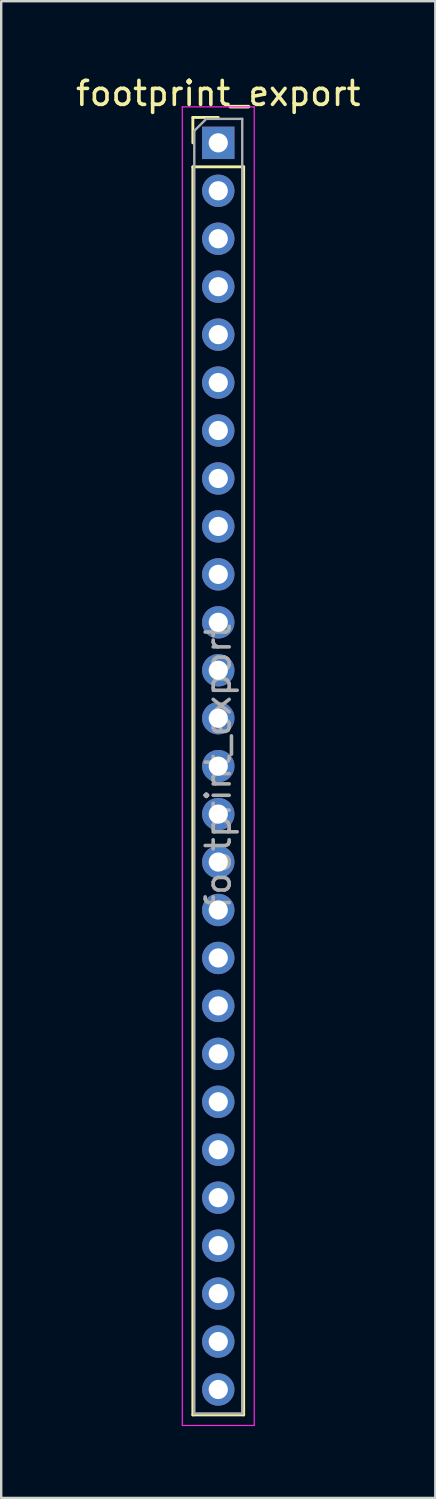
<source format=kicad_pcb>
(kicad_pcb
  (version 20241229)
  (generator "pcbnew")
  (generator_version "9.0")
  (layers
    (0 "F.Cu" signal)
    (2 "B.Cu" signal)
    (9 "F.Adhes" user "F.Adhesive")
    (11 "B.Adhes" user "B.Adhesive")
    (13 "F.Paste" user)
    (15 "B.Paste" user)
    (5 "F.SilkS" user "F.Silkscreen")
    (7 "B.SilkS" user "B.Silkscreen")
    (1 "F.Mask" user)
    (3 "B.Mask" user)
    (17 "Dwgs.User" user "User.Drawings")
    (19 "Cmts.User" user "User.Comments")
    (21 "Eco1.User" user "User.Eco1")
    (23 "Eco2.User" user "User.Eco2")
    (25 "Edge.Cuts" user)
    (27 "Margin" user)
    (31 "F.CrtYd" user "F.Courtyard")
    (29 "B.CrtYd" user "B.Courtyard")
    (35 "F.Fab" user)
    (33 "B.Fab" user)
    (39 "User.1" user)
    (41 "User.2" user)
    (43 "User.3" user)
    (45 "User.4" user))
  (footprint "footprint_export"
    (layer "F.Cu")
    (at 6.054 2.908)
    (property "Reference" "footprint_export" (at 0 -2.06 0) (layer "F.SilkS") (effects (font (size 1 1) (thickness 0.15))))
    (attr through_hole)
    (fp_line (start -1.06 -1.06) (end 0 -1.06) (stroke (width 0.12) (type solid)) (layer "F.SilkS"))
    (fp_line (start -1.06 0) (end -1.06 -1.06) (stroke (width 0.12) (type solid)) (layer "F.SilkS"))
    (fp_line (start -1.06 1) (end -1.06 53.06) (stroke (width 0.12) (type solid)) (layer "F.SilkS"))
    (fp_line (start -1.06 1) (end 1.06 1) (stroke (width 0.12) (type solid)) (layer "F.SilkS"))
    (fp_line (start -1.06 53.06) (end 1.06 53.06) (stroke (width 0.12) (type solid)) (layer "F.SilkS"))
    (fp_line (start 1.06 1) (end 1.06 53.06) (stroke (width 0.12) (type solid)) (layer "F.SilkS"))
    (fp_line (start -1.5 -1.5) (end -1.5 53.5) (stroke (width 0.05) (type solid)) (layer "F.CrtYd"))
    (fp_line (start -1.5 53.5) (end 1.5 53.5) (stroke (width 0.05) (type solid)) (layer "F.CrtYd"))
    (fp_line (start 1.5 -1.5) (end -1.5 -1.5) (stroke (width 0.05) (type solid)) (layer "F.CrtYd"))
    (fp_line (start 1.5 53.5) (end 1.5 -1.5) (stroke (width 0.05) (type solid)) (layer "F.CrtYd"))
    (fp_line (start -1 -0.5) (end -0.5 -1) (stroke (width 0.1) (type solid)) (layer "F.Fab"))
    (fp_line (start -1 53) (end -1 -0.5) (stroke (width 0.1) (type solid)) (layer "F.Fab"))
    (fp_line (start -0.5 -1) (end 1 -1) (stroke (width 0.1) (type solid)) (layer "F.Fab"))
    (fp_line (start 1 -1) (end 1 53) (stroke (width 0.1) (type solid)) (layer "F.Fab"))
    (fp_line (start 1 53) (end -1 53) (stroke (width 0.1) (type solid)) (layer "F.Fab"))
    (fp_text user "${REFERENCE}" (at 0 26 90) (layer "F.Fab") (effects (font (size 1 1) (thickness 0.15))))
    (pad "1" thru_hole rect (at 0 0) (size 1.35 1.35) (drill 0.8) (layers "*.Cu" "*.Mask"))
    (pad "2" thru_hole oval (at 0 2) (size 1.35 1.35) (drill 0.8) (layers "*.Cu" "*.Mask"))
    (pad "3" thru_hole oval (at 0 4) (size 1.35 1.35) (drill 0.8) (layers "*.Cu" "*.Mask"))
    (pad "4" thru_hole oval (at 0 6) (size 1.35 1.35) (drill 0.8) (layers "*.Cu" "*.Mask"))
    (pad "5" thru_hole oval (at 0 8) (size 1.35 1.35) (drill 0.8) (layers "*.Cu" "*.Mask"))
    (pad "6" thru_hole oval (at 0 10) (size 1.35 1.35) (drill 0.8) (layers "*.Cu" "*.Mask"))
    (pad "7" thru_hole oval (at 0 12) (size 1.35 1.35) (drill 0.8) (layers "*.Cu" "*.Mask"))
    (pad "8" thru_hole oval (at 0 14) (size 1.35 1.35) (drill 0.8) (layers "*.Cu" "*.Mask"))
    (pad "9" thru_hole oval (at 0 16) (size 1.35 1.35) (drill 0.8) (layers "*.Cu" "*.Mask"))
    (pad "10" thru_hole oval (at 0 18) (size 1.35 1.35) (drill 0.8) (layers "*.Cu" "*.Mask"))
    (pad "11" thru_hole oval (at 0 20) (size 1.35 1.35) (drill 0.8) (layers "*.Cu" "*.Mask"))
    (pad "12" thru_hole oval (at 0 22) (size 1.35 1.35) (drill 0.8) (layers "*.Cu" "*.Mask"))
    (pad "13" thru_hole oval (at 0 24) (size 1.35 1.35) (drill 0.8) (layers "*.Cu" "*.Mask"))
    (pad "14" thru_hole oval (at 0 26) (size 1.35 1.35) (drill 0.8) (layers "*.Cu" "*.Mask"))
    (pad "15" thru_hole oval (at 0 28) (size 1.35 1.35) (drill 0.8) (layers "*.Cu" "*.Mask"))
    (pad "16" thru_hole oval (at 0 30) (size 1.35 1.35) (drill 0.8) (layers "*.Cu" "*.Mask"))
    (pad "17" thru_hole oval (at 0 32) (size 1.35 1.35) (drill 0.8) (layers "*.Cu" "*.Mask"))
    (pad "18" thru_hole oval (at 0 34) (size 1.35 1.35) (drill 0.8) (layers "*.Cu" "*.Mask"))
    (pad "19" thru_hole oval (at 0 36) (size 1.35 1.35) (drill 0.8) (layers "*.Cu" "*.Mask"))
    (pad "20" thru_hole oval (at 0 38) (size 1.35 1.35) (drill 0.8) (layers "*.Cu" "*.Mask"))
    (pad "21" thru_hole oval (at 0 40) (size 1.35 1.35) (drill 0.8) (layers "*.Cu" "*.Mask"))
    (pad "22" thru_hole oval (at 0 42) (size 1.35 1.35) (drill 0.8) (layers "*.Cu" "*.Mask"))
    (pad "23" thru_hole oval (at 0 44) (size 1.35 1.35) (drill 0.8) (layers "*.Cu" "*.Mask"))
    (pad "24" thru_hole oval (at 0 46) (size 1.35 1.35) (drill 0.8) (layers "*.Cu" "*.Mask"))
    (pad "25" thru_hole oval (at 0 48) (size 1.35 1.35) (drill 0.8) (layers "*.Cu" "*.Mask"))
    (pad "26" thru_hole oval (at 0 50) (size 1.35 1.35) (drill 0.8) (layers "*.Cu" "*.Mask"))
    (pad "27" thru_hole oval (at 0 52) (size 1.35 1.35) (drill 0.8) (layers "*.Cu" "*.Mask")))
  (gr_rect
    (start -3 -3)
    (end 15.107 59.433)
    (stroke (width 0.1) (type default))
    (fill no)
    (layer "Edge.Cuts")))
</source>
